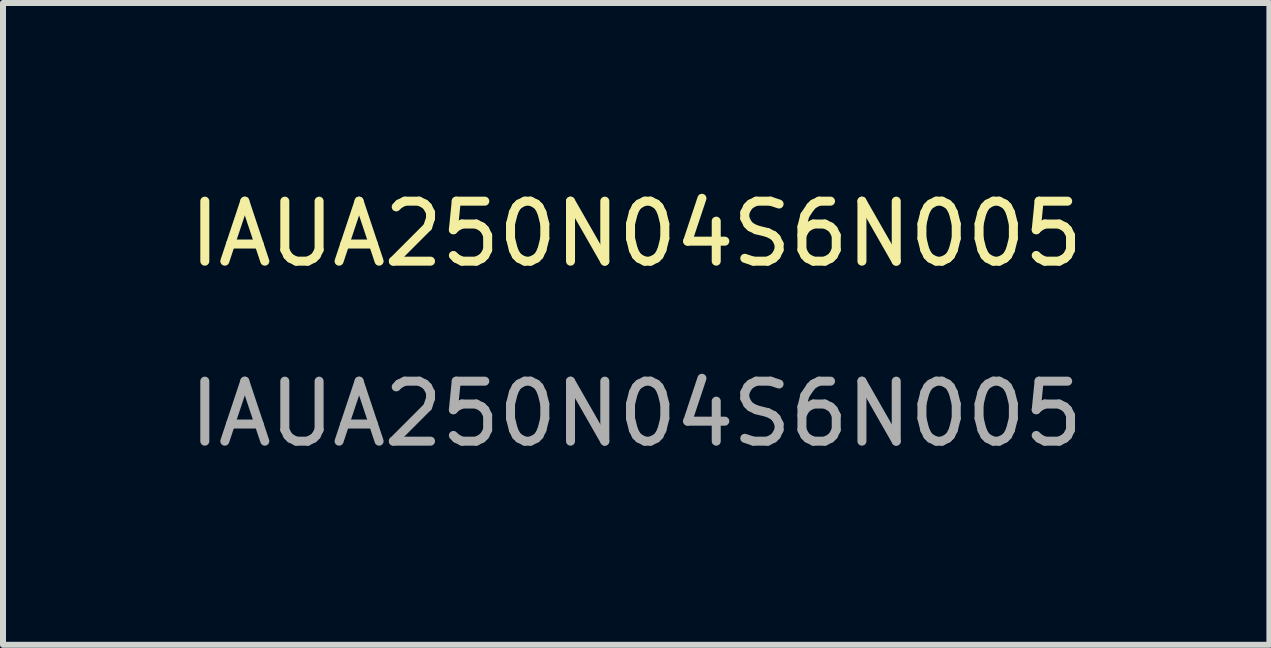
<source format=kicad_pcb>
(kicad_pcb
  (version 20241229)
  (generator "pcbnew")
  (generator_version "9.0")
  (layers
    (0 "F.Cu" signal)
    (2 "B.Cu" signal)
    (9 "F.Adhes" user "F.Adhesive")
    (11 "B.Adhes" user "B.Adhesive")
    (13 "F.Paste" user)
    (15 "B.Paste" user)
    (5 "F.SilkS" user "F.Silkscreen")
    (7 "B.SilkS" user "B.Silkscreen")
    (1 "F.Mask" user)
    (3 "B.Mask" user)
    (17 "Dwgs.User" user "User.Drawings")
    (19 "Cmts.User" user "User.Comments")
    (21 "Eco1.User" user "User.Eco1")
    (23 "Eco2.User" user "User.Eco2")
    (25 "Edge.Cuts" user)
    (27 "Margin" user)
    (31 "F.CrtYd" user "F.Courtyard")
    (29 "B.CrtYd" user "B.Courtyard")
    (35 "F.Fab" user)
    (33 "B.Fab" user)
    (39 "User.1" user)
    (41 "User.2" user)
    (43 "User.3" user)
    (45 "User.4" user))
  (footprint "IAUA250N04S6N005"
    (layer "F.Cu")
    (at 7.554 1.348)
    (property "Reference" "IAUA250N04S6N005" (at 0 -0.5 0) (unlocked yes) (layer "F.SilkS") (effects (font (size 1 1) (thickness 0.15))))
    (attr smd)
    (fp_text user "${REFERENCE}" (at 0 2.5 0) (unlocked yes) (layer "F.Fab") (effects (font (size 1 1) (thickness 0.15)))))
  (gr_rect
    (start -3 -3)
    (end 18.107 7.697)
    (stroke (width 0.1) (type default))
    (fill no)
    (layer "Edge.Cuts")))
</source>
